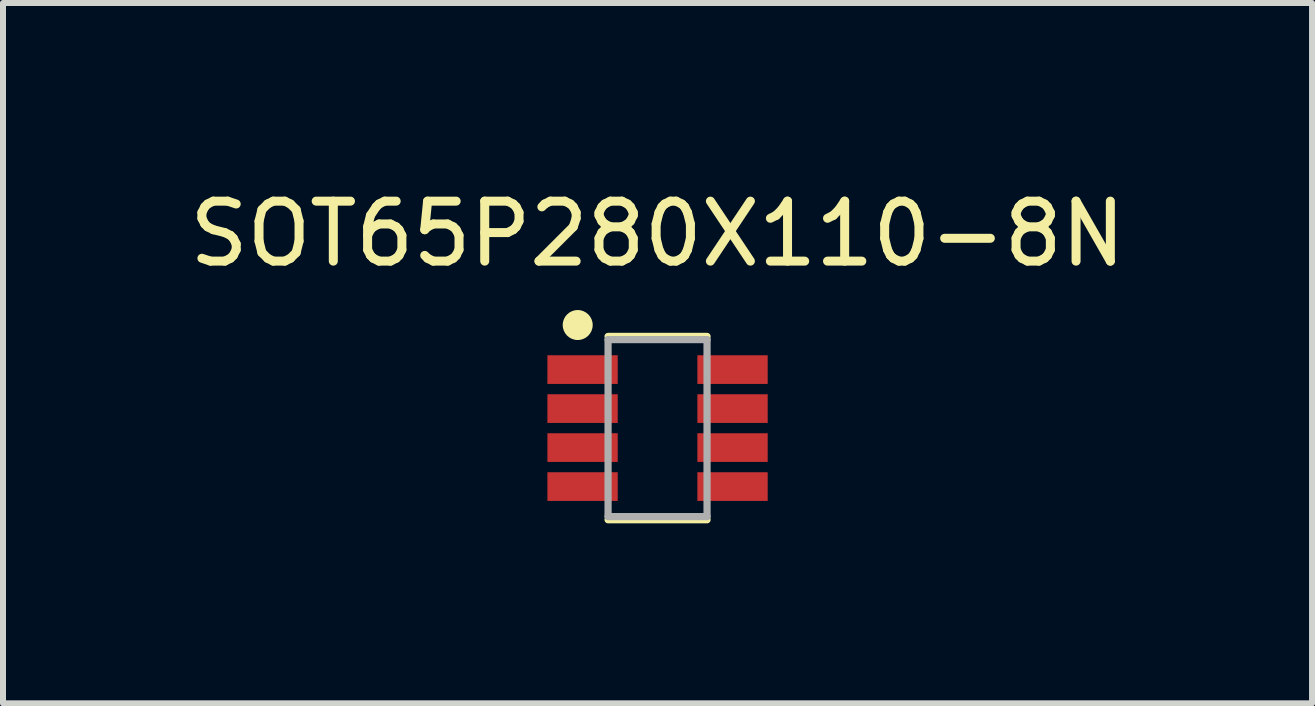
<source format=kicad_pcb>
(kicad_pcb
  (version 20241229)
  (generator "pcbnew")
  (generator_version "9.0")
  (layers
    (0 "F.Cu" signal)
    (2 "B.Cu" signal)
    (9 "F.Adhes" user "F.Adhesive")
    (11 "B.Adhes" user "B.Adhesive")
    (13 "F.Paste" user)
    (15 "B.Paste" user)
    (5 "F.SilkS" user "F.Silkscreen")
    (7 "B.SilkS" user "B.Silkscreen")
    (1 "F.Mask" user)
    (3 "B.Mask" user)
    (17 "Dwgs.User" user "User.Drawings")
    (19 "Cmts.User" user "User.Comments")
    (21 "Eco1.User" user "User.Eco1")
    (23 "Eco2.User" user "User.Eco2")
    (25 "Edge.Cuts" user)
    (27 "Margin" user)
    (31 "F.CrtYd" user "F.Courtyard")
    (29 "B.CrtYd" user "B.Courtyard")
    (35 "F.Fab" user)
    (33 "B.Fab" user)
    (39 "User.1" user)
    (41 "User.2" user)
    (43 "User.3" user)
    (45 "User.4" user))
  (footprint "SOT65P280X110-8N"
    (layer "F.Cu")
    (at 7.911 4.086)
    (property "Reference" "SOT65P280X110-8N" (at 0 -3.238 0) (layer "F.SilkS") (effects (font (size 1 1) (thickness 0.15))))
    (attr smd)
    (fp_line (start -0.825 -1.528) (end 0.825 -1.528) (stroke (width 0.12) (type solid)) (layer "F.SilkS"))
    (fp_line (start -0.825 1.528) (end 0.825 1.528) (stroke (width 0.12) (type solid)) (layer "F.SilkS"))
    (fp_circle (center -1.331 -1.718) (end -1.081 -1.718) (stroke (width 0) (type solid)) (fill yes) (layer "F.SilkS"))
    (fp_line (start -0.825 -1.475) (end 0.825 -1.475) (stroke (width 0.12) (type solid)) (layer "F.Fab"))
    (fp_line (start -0.825 1.475) (end -0.825 -1.475) (stroke (width 0.12) (type solid)) (layer "F.Fab"))
    (fp_line (start 0.825 -1.475) (end 0.825 1.475) (stroke (width 0.12) (type solid)) (layer "F.Fab"))
    (fp_line (start 0.825 1.475) (end -0.825 1.475) (stroke (width 0.12) (type solid)) (layer "F.Fab"))
    (pad "1" smd rect (at -1.25 -0.975) (size 1.172 0.478) (layers "F.Cu" "F.Mask" "F.Paste"))
    (pad "2" smd rect (at -1.25 -0.325) (size 1.172 0.478) (layers "F.Cu" "F.Mask" "F.Paste"))
    (pad "3" smd rect (at -1.25 0.325) (size 1.172 0.478) (layers "F.Cu" "F.Mask" "F.Paste"))
    (pad "4" smd rect (at -1.25 0.975) (size 1.172 0.478) (layers "F.Cu" "F.Mask" "F.Paste"))
    (pad "5" smd rect (at 1.25 0.975) (size 1.172 0.478) (layers "F.Cu" "F.Mask" "F.Paste"))
    (pad "6" smd rect (at 1.25 0.325) (size 1.172 0.478) (layers "F.Cu" "F.Mask" "F.Paste"))
    (pad "7" smd rect (at 1.25 -0.325) (size 1.172 0.478) (layers "F.Cu" "F.Mask" "F.Paste"))
    (pad "8" smd rect (at 1.25 -0.975) (size 1.172 0.478) (layers "F.Cu" "F.Mask" "F.Paste")))
  (gr_rect
    (start -3 -3)
    (end 18.821 8.674)
    (stroke (width 0.1) (type default))
    (fill no)
    (layer "Edge.Cuts")))
</source>
